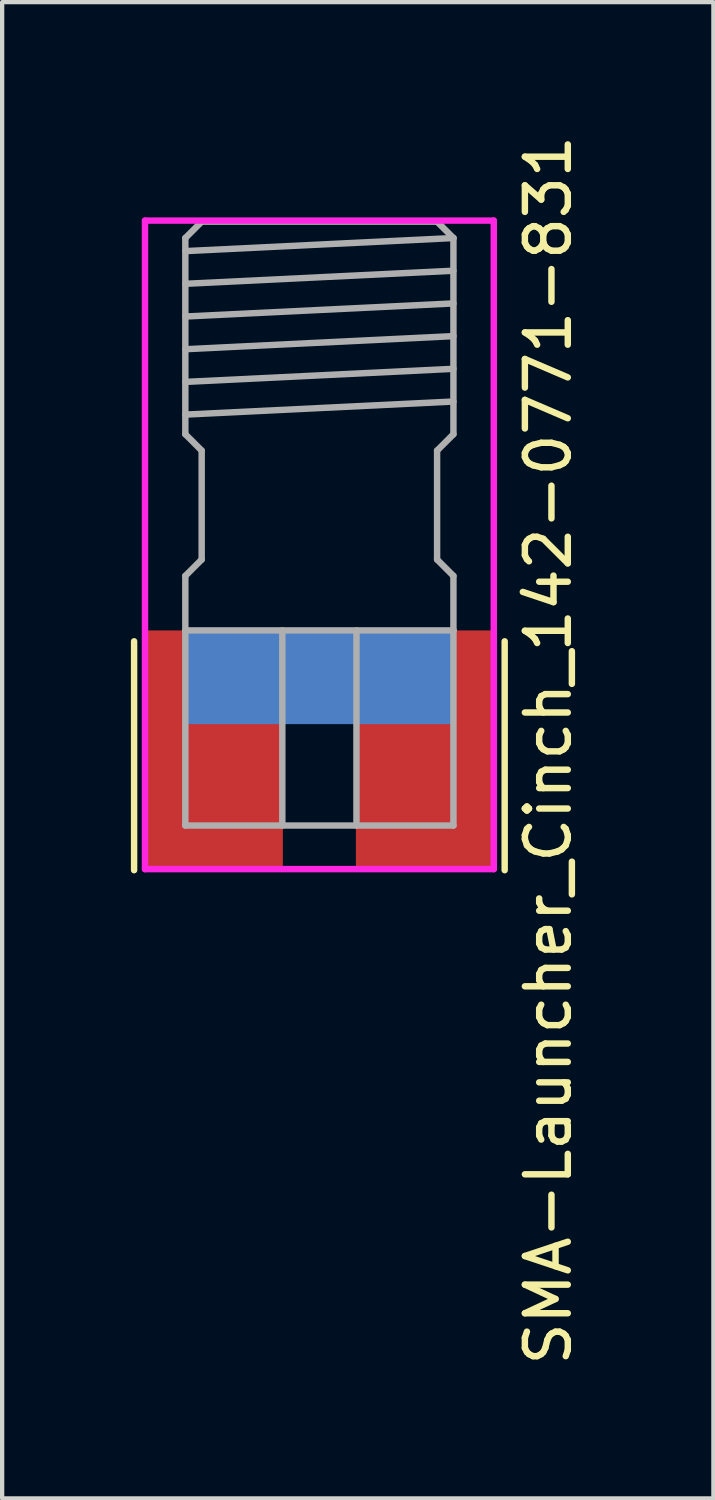
<source format=kicad_pcb>
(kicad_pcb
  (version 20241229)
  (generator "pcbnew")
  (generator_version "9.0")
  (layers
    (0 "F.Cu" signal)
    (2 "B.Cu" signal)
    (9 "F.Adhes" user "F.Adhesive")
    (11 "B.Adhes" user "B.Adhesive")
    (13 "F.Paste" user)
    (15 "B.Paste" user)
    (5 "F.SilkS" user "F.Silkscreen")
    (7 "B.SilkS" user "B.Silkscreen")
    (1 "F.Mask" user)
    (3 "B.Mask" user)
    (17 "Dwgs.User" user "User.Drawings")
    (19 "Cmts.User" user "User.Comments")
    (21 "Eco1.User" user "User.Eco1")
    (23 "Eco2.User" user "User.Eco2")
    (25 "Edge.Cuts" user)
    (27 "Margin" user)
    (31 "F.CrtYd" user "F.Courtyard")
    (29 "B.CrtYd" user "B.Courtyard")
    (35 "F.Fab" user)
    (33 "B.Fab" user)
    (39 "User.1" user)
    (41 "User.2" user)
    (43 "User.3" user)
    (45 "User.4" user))
  (footprint "SMA-Launcher_Cinch_142-0771-831"
    (layer "F.Cu")
    (at 4.393 11.641)
    (property "Reference" "SMA-Launcher_Cinch_142-0771-831" (at 5.334 2.794 270) (layer "F.SilkS") (effects (font (size 1 1) (thickness 0.15))))
    (attr through_hole)
    (fp_line (start -4.318 0.254) (end -4.318 5.588) (stroke (width 0.15) (type solid)) (layer "F.SilkS"))
    (fp_line (start 4.318 0.254) (end 4.318 5.588) (stroke (width 0.15) (type solid)) (layer "F.SilkS"))
    (fp_line (start -4.064 -9.55) (end -4.064 5.563) (stroke (width 0.15) (type solid)) (layer "F.CrtYd"))
    (fp_line (start -4.064 5.563) (end 4.064 5.563) (stroke (width 0.15) (type solid)) (layer "F.CrtYd"))
    (fp_line (start 4.064 -9.55) (end -4.064 -9.55) (stroke (width 0.15) (type solid)) (layer "F.CrtYd"))
    (fp_line (start 4.064 5.563) (end 4.064 -9.55) (stroke (width 0.15) (type solid)) (layer "F.CrtYd"))
    (fp_line (start -3.124 -9.144) (end -2.743 -9.525) (stroke (width 0.15) (type solid)) (layer "F.Fab"))
    (fp_line (start -3.124 -4.572) (end -3.124 -9.144) (stroke (width 0.15) (type solid)) (layer "F.Fab"))
    (fp_line (start -3.124 -1.27) (end -2.743 -1.651) (stroke (width 0.15) (type solid)) (layer "F.Fab"))
    (fp_line (start -3.124 0) (end -3.124 -1.27) (stroke (width 0.15) (type solid)) (layer "F.Fab"))
    (fp_line (start -3.124 0) (end -3.124 4.547) (stroke (width 0.15) (type solid)) (layer "F.Fab"))
    (fp_line (start -3.124 0) (end 3.124 0) (stroke (width 0.15) (type solid)) (layer "F.Fab"))
    (fp_line (start -3.124 4.547) (end 3.124 4.547) (stroke (width 0.15) (type solid)) (layer "F.Fab"))
    (fp_line (start -2.743 -9.525) (end 2.743 -9.525) (stroke (width 0.15) (type solid)) (layer "F.Fab"))
    (fp_line (start -2.743 -4.191) (end -3.124 -4.572) (stroke (width 0.15) (type solid)) (layer "F.Fab"))
    (fp_line (start -2.743 -1.651) (end -2.743 -4.191) (stroke (width 0.15) (type solid)) (layer "F.Fab"))
    (fp_line (start -0.864 0) (end -0.864 4.547) (stroke (width 0.15) (type solid)) (layer "F.Fab"))
    (fp_line (start 0.864 0) (end 0.864 4.547) (stroke (width 0.15) (type solid)) (layer "F.Fab"))
    (fp_line (start 2.743 -4.191) (end 3.124 -4.572) (stroke (width 0.15) (type solid)) (layer "F.Fab"))
    (fp_line (start 2.743 -1.651) (end 2.743 -4.191) (stroke (width 0.15) (type solid)) (layer "F.Fab"))
    (fp_line (start 3.124 -9.144) (end -3.124 -8.839) (stroke (width 0.15) (type solid)) (layer "F.Fab"))
    (fp_line (start 3.124 -9.144) (end 2.743 -9.525) (stroke (width 0.15) (type solid)) (layer "F.Fab"))
    (fp_line (start 3.124 -8.382) (end -3.124 -8.077) (stroke (width 0.15) (type solid)) (layer "F.Fab"))
    (fp_line (start 3.124 -7.62) (end -3.124 -7.315) (stroke (width 0.15) (type solid)) (layer "F.Fab"))
    (fp_line (start 3.124 -6.858) (end -3.124 -6.553) (stroke (width 0.15) (type solid)) (layer "F.Fab"))
    (fp_line (start 3.124 -6.096) (end -3.124 -5.791) (stroke (width 0.15) (type solid)) (layer "F.Fab"))
    (fp_line (start 3.124 -5.334) (end -3.124 -5.029) (stroke (width 0.15) (type solid)) (layer "F.Fab"))
    (fp_line (start 3.124 -4.572) (end 3.124 -9.144) (stroke (width 0.15) (type solid)) (layer "F.Fab"))
    (fp_line (start 3.124 -1.27) (end 2.743 -1.651) (stroke (width 0.15) (type solid)) (layer "F.Fab"))
    (fp_line (start 3.124 0) (end 3.124 -1.27) (stroke (width 0.15) (type solid)) (layer "F.Fab"))
    (fp_line (start 3.124 0) (end 3.124 4.547) (stroke (width 0.15) (type solid)) (layer "F.Fab"))
    (pad "1" smd rect (at 0 0.445) (size 0.406 0.889) (layers "F.Cu" "F.Mask" "F.Paste"))
    (pad "2" smd rect (at -2.464 2.769) (size 3.226 5.537) (layers "F.Cu" "F.Mask" "F.Paste"))
    (pad "2" smd rect (at 0 1.092) (size 6.299 2.184) (layers "B.Cu" "B.Mask" "B.Paste"))
    (pad "2" smd rect (at 2.464 2.769) (size 3.226 5.537) (layers "F.Cu" "F.Mask" "F.Paste")))
  (gr_rect
    (start -3 -3)
    (end 13.575 31.869)
    (stroke (width 0.1) (type default))
    (fill no)
    (layer "Edge.Cuts")))
</source>
